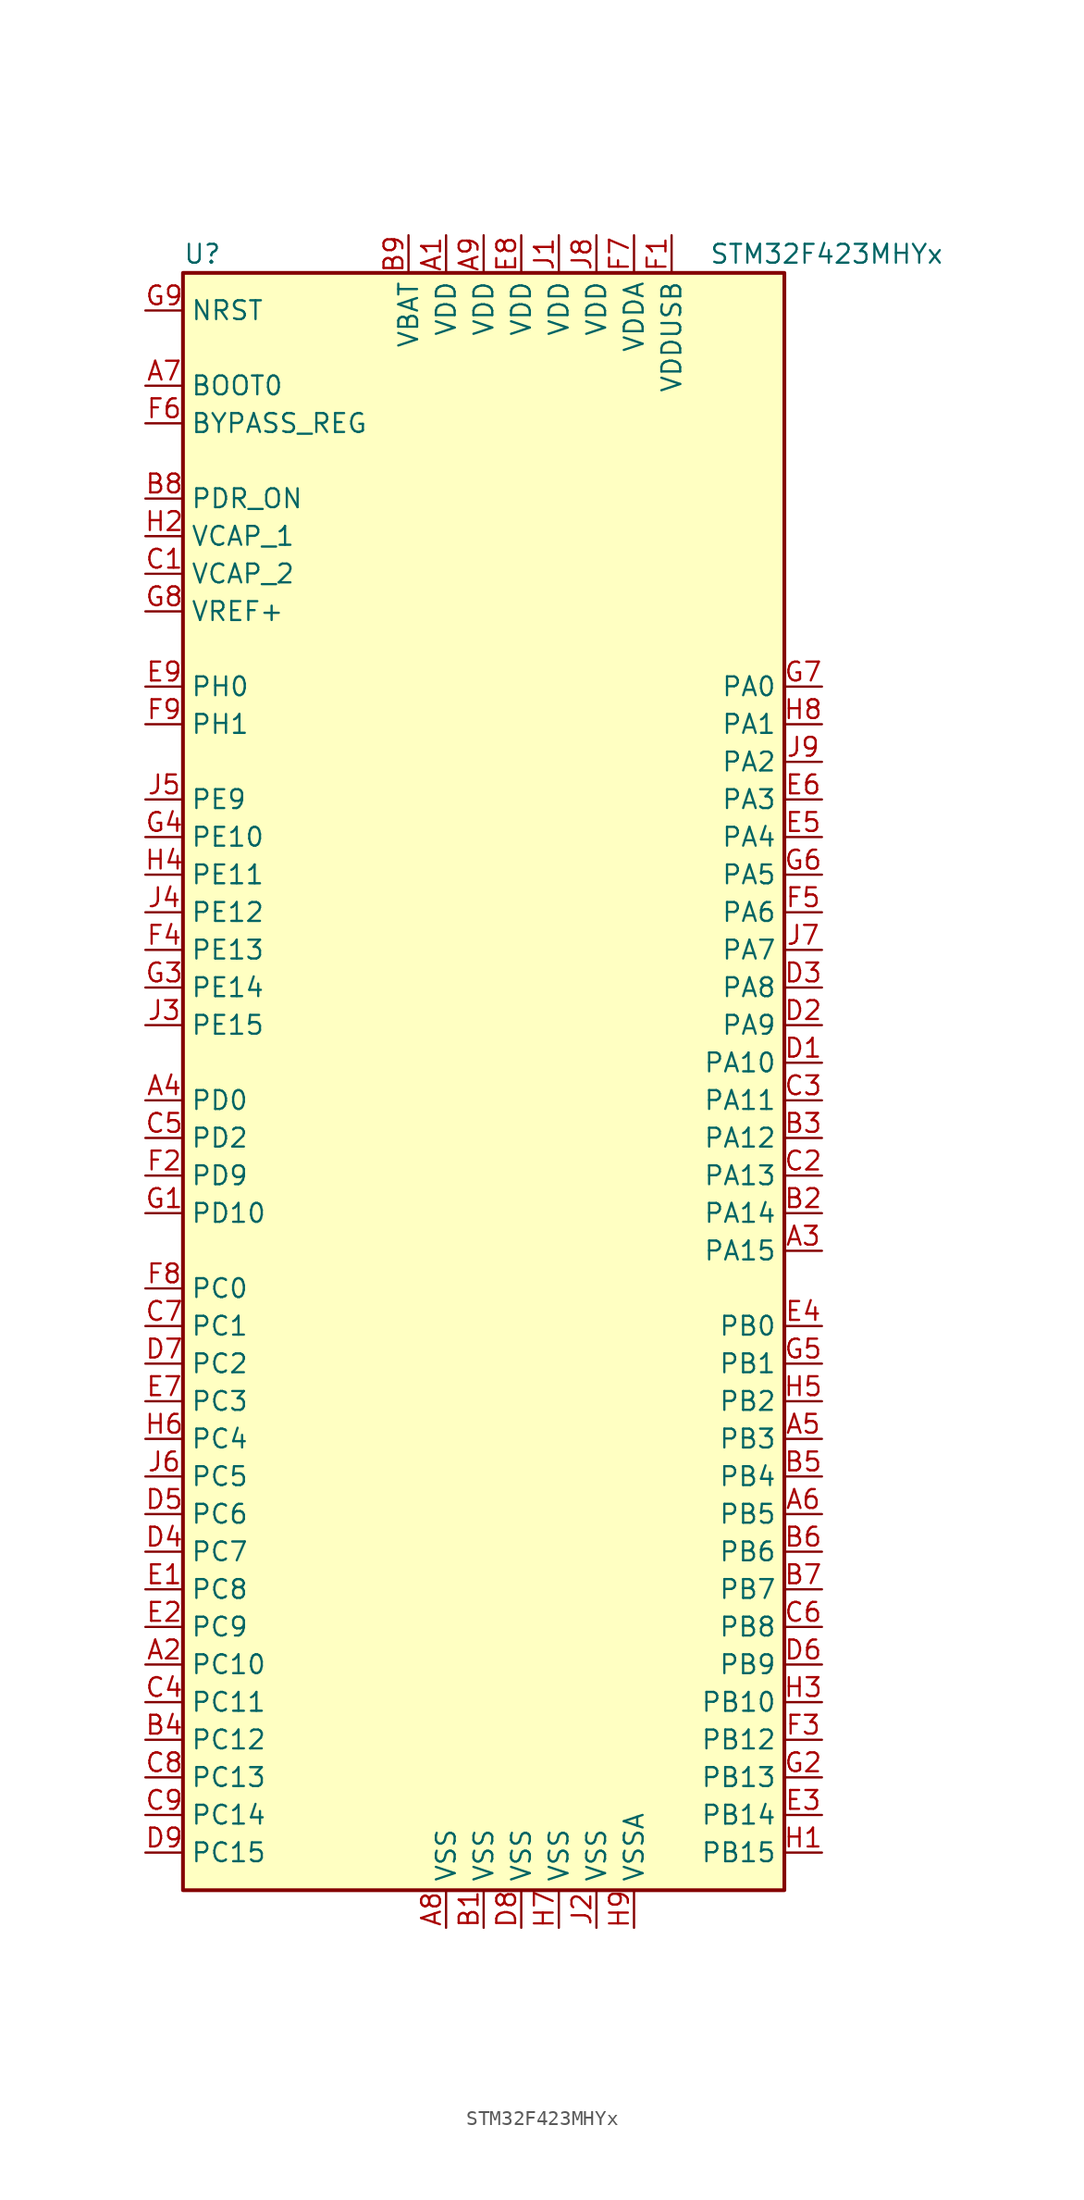
<source format=kicad_sym>
(kicad_symbol_lib
  (version 20201005)
  (generator kicad_symbol_editor)
  (symbol "STM32F423MHYx"
    (property "Reference" "U"
      (at -20.32 54.61 0)
      (effects (font (size 1.27 1.27)) (justify left)))
    (property "Value" "STM32F423MHYx"
      (at 15.24 54.61 0)
      (effects (font (size 1.27 1.27)) (justify left)))
    (symbol "STM32F423MHYx_0_1"
      (rectangle (start -20.32 -55.88) (end 20.32 53.34) (stroke (width 0.254)) (fill (type background))))
    (symbol "STM32F423MHYx_1_1"
      (pin power_in line (at -2.54 55.88 270) (length 2.54) (name "VDD" (effects (font (size 1.27 1.27)))) (number "A1" (effects (font (size 1.27 1.27)))))
      (pin bidirectional line (at -22.86 -40.64 0) (length 2.54) (name "PC10" (effects (font (size 1.27 1.27)))) (number "A2" (effects (font (size 1.27 1.27)))))
      (pin bidirectional line (at 22.86 -12.7 180) (length 2.54) (name "PA15" (effects (font (size 1.27 1.27)))) (number "A3" (effects (font (size 1.27 1.27)))))
      (pin bidirectional line (at -22.86 -2.54 0) (length 2.54) (name "PD0" (effects (font (size 1.27 1.27)))) (number "A4" (effects (font (size 1.27 1.27)))))
      (pin bidirectional line (at 22.86 -25.4 180) (length 2.54) (name "PB3" (effects (font (size 1.27 1.27)))) (number "A5" (effects (font (size 1.27 1.27)))))
      (pin bidirectional line (at 22.86 -30.48 180) (length 2.54) (name "PB5" (effects (font (size 1.27 1.27)))) (number "A6" (effects (font (size 1.27 1.27)))))
      (pin input line (at -22.86 45.72 0) (length 2.54) (name "BOOT0" (effects (font (size 1.27 1.27)))) (number "A7" (effects (font (size 1.27 1.27)))))
      (pin power_in line (at -2.54 -58.42 90) (length 2.54) (name "VSS" (effects (font (size 1.27 1.27)))) (number "A8" (effects (font (size 1.27 1.27)))))
      (pin power_in line (at 0 55.88 270) (length 2.54) (name "VDD" (effects (font (size 1.27 1.27)))) (number "A9" (effects (font (size 1.27 1.27)))))
      (pin power_in line (at 0 -58.42 90) (length 2.54) (name "VSS" (effects (font (size 1.27 1.27)))) (number "B1" (effects (font (size 1.27 1.27)))))
      (pin bidirectional line (at 22.86 -10.16 180) (length 2.54) (name "PA14" (effects (font (size 1.27 1.27)))) (number "B2" (effects (font (size 1.27 1.27)))))
      (pin bidirectional line (at 22.86 -5.08 180) (length 2.54) (name "PA12" (effects (font (size 1.27 1.27)))) (number "B3" (effects (font (size 1.27 1.27)))))
      (pin bidirectional line (at -22.86 -45.72 0) (length 2.54) (name "PC12" (effects (font (size 1.27 1.27)))) (number "B4" (effects (font (size 1.27 1.27)))))
      (pin bidirectional line (at 22.86 -27.94 180) (length 2.54) (name "PB4" (effects (font (size 1.27 1.27)))) (number "B5" (effects (font (size 1.27 1.27)))))
      (pin bidirectional line (at 22.86 -33.02 180) (length 2.54) (name "PB6" (effects (font (size 1.27 1.27)))) (number "B6" (effects (font (size 1.27 1.27)))))
      (pin bidirectional line (at 22.86 -35.56 180) (length 2.54) (name "PB7" (effects (font (size 1.27 1.27)))) (number "B7" (effects (font (size 1.27 1.27)))))
      (pin power_in line (at -22.86 38.1 0) (length 2.54) (name "PDR_ON" (effects (font (size 1.27 1.27)))) (number "B8" (effects (font (size 1.27 1.27)))))
      (pin power_in line (at -5.08 55.88 270) (length 2.54) (name "VBAT" (effects (font (size 1.27 1.27)))) (number "B9" (effects (font (size 1.27 1.27)))))
      (pin power_in line (at -22.86 33.02 0) (length 2.54) (name "VCAP_2" (effects (font (size 1.27 1.27)))) (number "C1" (effects (font (size 1.27 1.27)))))
      (pin bidirectional line (at 22.86 -7.62 180) (length 2.54) (name "PA13" (effects (font (size 1.27 1.27)))) (number "C2" (effects (font (size 1.27 1.27)))))
      (pin bidirectional line (at 22.86 -2.54 180) (length 2.54) (name "PA11" (effects (font (size 1.27 1.27)))) (number "C3" (effects (font (size 1.27 1.27)))))
      (pin bidirectional line (at -22.86 -43.18 0) (length 2.54) (name "PC11" (effects (font (size 1.27 1.27)))) (number "C4" (effects (font (size 1.27 1.27)))))
      (pin bidirectional line (at -22.86 -5.08 0) (length 2.54) (name "PD2" (effects (font (size 1.27 1.27)))) (number "C5" (effects (font (size 1.27 1.27)))))
      (pin bidirectional line (at 22.86 -38.1 180) (length 2.54) (name "PB8" (effects (font (size 1.27 1.27)))) (number "C6" (effects (font (size 1.27 1.27)))))
      (pin bidirectional line (at -22.86 -17.78 0) (length 2.54) (name "PC1" (effects (font (size 1.27 1.27)))) (number "C7" (effects (font (size 1.27 1.27)))))
      (pin bidirectional line (at -22.86 -48.26 0) (length 2.54) (name "PC13" (effects (font (size 1.27 1.27)))) (number "C8" (effects (font (size 1.27 1.27)))))
      (pin bidirectional line (at -22.86 -50.8 0) (length 2.54) (name "PC14" (effects (font (size 1.27 1.27)))) (number "C9" (effects (font (size 1.27 1.27)))))
      (pin bidirectional line (at 22.86 0 180) (length 2.54) (name "PA10" (effects (font (size 1.27 1.27)))) (number "D1" (effects (font (size 1.27 1.27)))))
      (pin bidirectional line (at 22.86 2.54 180) (length 2.54) (name "PA9" (effects (font (size 1.27 1.27)))) (number "D2" (effects (font (size 1.27 1.27)))))
      (pin bidirectional line (at 22.86 5.08 180) (length 2.54) (name "PA8" (effects (font (size 1.27 1.27)))) (number "D3" (effects (font (size 1.27 1.27)))))
      (pin bidirectional line (at -22.86 -33.02 0) (length 2.54) (name "PC7" (effects (font (size 1.27 1.27)))) (number "D4" (effects (font (size 1.27 1.27)))))
      (pin bidirectional line (at -22.86 -30.48 0) (length 2.54) (name "PC6" (effects (font (size 1.27 1.27)))) (number "D5" (effects (font (size 1.27 1.27)))))
      (pin bidirectional line (at 22.86 -40.64 180) (length 2.54) (name "PB9" (effects (font (size 1.27 1.27)))) (number "D6" (effects (font (size 1.27 1.27)))))
      (pin bidirectional line (at -22.86 -20.32 0) (length 2.54) (name "PC2" (effects (font (size 1.27 1.27)))) (number "D7" (effects (font (size 1.27 1.27)))))
      (pin power_in line (at 2.54 -58.42 90) (length 2.54) (name "VSS" (effects (font (size 1.27 1.27)))) (number "D8" (effects (font (size 1.27 1.27)))))
      (pin bidirectional line (at -22.86 -53.34 0) (length 2.54) (name "PC15" (effects (font (size 1.27 1.27)))) (number "D9" (effects (font (size 1.27 1.27)))))
      (pin bidirectional line (at -22.86 -35.56 0) (length 2.54) (name "PC8" (effects (font (size 1.27 1.27)))) (number "E1" (effects (font (size 1.27 1.27)))))
      (pin bidirectional line (at -22.86 -38.1 0) (length 2.54) (name "PC9" (effects (font (size 1.27 1.27)))) (number "E2" (effects (font (size 1.27 1.27)))))
      (pin bidirectional line (at 22.86 -50.8 180) (length 2.54) (name "PB14" (effects (font (size 1.27 1.27)))) (number "E3" (effects (font (size 1.27 1.27)))))
      (pin bidirectional line (at 22.86 -17.78 180) (length 2.54) (name "PB0" (effects (font (size 1.27 1.27)))) (number "E4" (effects (font (size 1.27 1.27)))))
      (pin bidirectional line (at 22.86 15.24 180) (length 2.54) (name "PA4" (effects (font (size 1.27 1.27)))) (number "E5" (effects (font (size 1.27 1.27)))))
      (pin bidirectional line (at 22.86 17.78 180) (length 2.54) (name "PA3" (effects (font (size 1.27 1.27)))) (number "E6" (effects (font (size 1.27 1.27)))))
      (pin bidirectional line (at -22.86 -22.86 0) (length 2.54) (name "PC3" (effects (font (size 1.27 1.27)))) (number "E7" (effects (font (size 1.27 1.27)))))
      (pin power_in line (at 2.54 55.88 270) (length 2.54) (name "VDD" (effects (font (size 1.27 1.27)))) (number "E8" (effects (font (size 1.27 1.27)))))
      (pin input line (at -22.86 25.4 0) (length 2.54) (name "PH0" (effects (font (size 1.27 1.27)))) (number "E9" (effects (font (size 1.27 1.27)))))
      (pin power_in line (at 12.7 55.88 270) (length 2.54) (name "VDDUSB" (effects (font (size 1.27 1.27)))) (number "F1" (effects (font (size 1.27 1.27)))))
      (pin bidirectional line (at -22.86 -7.62 0) (length 2.54) (name "PD9" (effects (font (size 1.27 1.27)))) (number "F2" (effects (font (size 1.27 1.27)))))
      (pin bidirectional line (at 22.86 -45.72 180) (length 2.54) (name "PB12" (effects (font (size 1.27 1.27)))) (number "F3" (effects (font (size 1.27 1.27)))))
      (pin bidirectional line (at -22.86 7.62 0) (length 2.54) (name "PE13" (effects (font (size 1.27 1.27)))) (number "F4" (effects (font (size 1.27 1.27)))))
      (pin bidirectional line (at 22.86 10.16 180) (length 2.54) (name "PA6" (effects (font (size 1.27 1.27)))) (number "F5" (effects (font (size 1.27 1.27)))))
      (pin input line (at -22.86 43.18 0) (length 2.54) (name "BYPASS_REG" (effects (font (size 1.27 1.27)))) (number "F6" (effects (font (size 1.27 1.27)))))
      (pin power_in line (at 10.16 55.88 270) (length 2.54) (name "VDDA" (effects (font (size 1.27 1.27)))) (number "F7" (effects (font (size 1.27 1.27)))))
      (pin bidirectional line (at -22.86 -15.24 0) (length 2.54) (name "PC0" (effects (font (size 1.27 1.27)))) (number "F8" (effects (font (size 1.27 1.27)))))
      (pin input line (at -22.86 22.86 0) (length 2.54) (name "PH1" (effects (font (size 1.27 1.27)))) (number "F9" (effects (font (size 1.27 1.27)))))
      (pin bidirectional line (at -22.86 -10.16 0) (length 2.54) (name "PD10" (effects (font (size 1.27 1.27)))) (number "G1" (effects (font (size 1.27 1.27)))))
      (pin bidirectional line (at 22.86 -48.26 180) (length 2.54) (name "PB13" (effects (font (size 1.27 1.27)))) (number "G2" (effects (font (size 1.27 1.27)))))
      (pin bidirectional line (at -22.86 5.08 0) (length 2.54) (name "PE14" (effects (font (size 1.27 1.27)))) (number "G3" (effects (font (size 1.27 1.27)))))
      (pin bidirectional line (at -22.86 15.24 0) (length 2.54) (name "PE10" (effects (font (size 1.27 1.27)))) (number "G4" (effects (font (size 1.27 1.27)))))
      (pin bidirectional line (at 22.86 -20.32 180) (length 2.54) (name "PB1" (effects (font (size 1.27 1.27)))) (number "G5" (effects (font (size 1.27 1.27)))))
      (pin bidirectional line (at 22.86 12.7 180) (length 2.54) (name "PA5" (effects (font (size 1.27 1.27)))) (number "G6" (effects (font (size 1.27 1.27)))))
      (pin bidirectional line (at 22.86 25.4 180) (length 2.54) (name "PA0" (effects (font (size 1.27 1.27)))) (number "G7" (effects (font (size 1.27 1.27)))))
      (pin power_in line (at -22.86 30.48 0) (length 2.54) (name "VREF+" (effects (font (size 1.27 1.27)))) (number "G8" (effects (font (size 1.27 1.27)))))
      (pin input line (at -22.86 50.8 0) (length 2.54) (name "NRST" (effects (font (size 1.27 1.27)))) (number "G9" (effects (font (size 1.27 1.27)))))
      (pin bidirectional line (at 22.86 -53.34 180) (length 2.54) (name "PB15" (effects (font (size 1.27 1.27)))) (number "H1" (effects (font (size 1.27 1.27)))))
      (pin power_in line (at -22.86 35.56 0) (length 2.54) (name "VCAP_1" (effects (font (size 1.27 1.27)))) (number "H2" (effects (font (size 1.27 1.27)))))
      (pin bidirectional line (at 22.86 -43.18 180) (length 2.54) (name "PB10" (effects (font (size 1.27 1.27)))) (number "H3" (effects (font (size 1.27 1.27)))))
      (pin bidirectional line (at -22.86 12.7 0) (length 2.54) (name "PE11" (effects (font (size 1.27 1.27)))) (number "H4" (effects (font (size 1.27 1.27)))))
      (pin bidirectional line (at 22.86 -22.86 180) (length 2.54) (name "PB2" (effects (font (size 1.27 1.27)))) (number "H5" (effects (font (size 1.27 1.27)))))
      (pin bidirectional line (at -22.86 -25.4 0) (length 2.54) (name "PC4" (effects (font (size 1.27 1.27)))) (number "H6" (effects (font (size 1.27 1.27)))))
      (pin power_in line (at 5.08 -58.42 90) (length 2.54) (name "VSS" (effects (font (size 1.27 1.27)))) (number "H7" (effects (font (size 1.27 1.27)))))
      (pin bidirectional line (at 22.86 22.86 180) (length 2.54) (name "PA1" (effects (font (size 1.27 1.27)))) (number "H8" (effects (font (size 1.27 1.27)))))
      (pin power_in line (at 10.16 -58.42 90) (length 2.54) (name "VSSA" (effects (font (size 1.27 1.27)))) (number "H9" (effects (font (size 1.27 1.27)))))
      (pin power_in line (at 5.08 55.88 270) (length 2.54) (name "VDD" (effects (font (size 1.27 1.27)))) (number "J1" (effects (font (size 1.27 1.27)))))
      (pin power_in line (at 7.62 -58.42 90) (length 2.54) (name "VSS" (effects (font (size 1.27 1.27)))) (number "J2" (effects (font (size 1.27 1.27)))))
      (pin bidirectional line (at -22.86 2.54 0) (length 2.54) (name "PE15" (effects (font (size 1.27 1.27)))) (number "J3" (effects (font (size 1.27 1.27)))))
      (pin bidirectional line (at -22.86 10.16 0) (length 2.54) (name "PE12" (effects (font (size 1.27 1.27)))) (number "J4" (effects (font (size 1.27 1.27)))))
      (pin bidirectional line (at -22.86 17.78 0) (length 2.54) (name "PE9" (effects (font (size 1.27 1.27)))) (number "J5" (effects (font (size 1.27 1.27)))))
      (pin bidirectional line (at -22.86 -27.94 0) (length 2.54) (name "PC5" (effects (font (size 1.27 1.27)))) (number "J6" (effects (font (size 1.27 1.27)))))
      (pin bidirectional line (at 22.86 7.62 180) (length 2.54) (name "PA7" (effects (font (size 1.27 1.27)))) (number "J7" (effects (font (size 1.27 1.27)))))
      (pin power_in line (at 7.62 55.88 270) (length 2.54) (name "VDD" (effects (font (size 1.27 1.27)))) (number "J8" (effects (font (size 1.27 1.27)))))
      (pin bidirectional line (at 22.86 20.32 180) (length 2.54) (name "PA2" (effects (font (size 1.27 1.27)))) (number "J9" (effects (font (size 1.27 1.27))))))))
</source>
